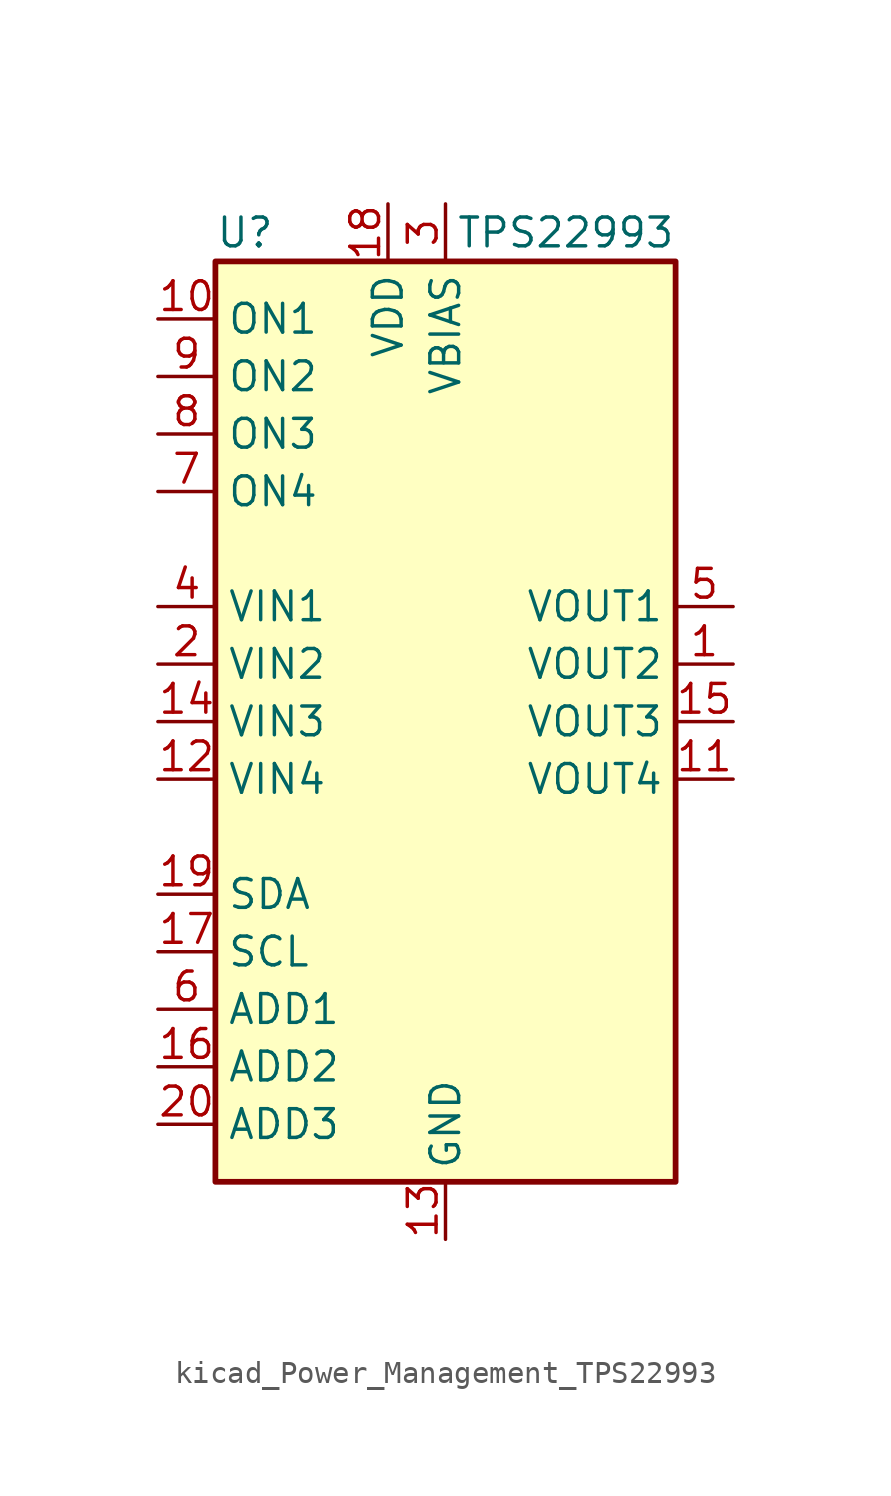
<source format=kicad_sym>
(kicad_symbol_lib
  (version 20220914)
  (generator kicad_symbol_editor)
  (symbol "kicad_Power_Management_TPS22993"
    (property "Reference" "U"
      (at -10.16 21.59 0)
      (effects (font (size 1.27 1.27)) (justify left)))
    (property "Value" "TPS22993"
      (at 10.16 21.59 0)
      (effects (font (size 1.27 1.27)) (justify right)))
    (symbol "kicad_Power_Management_TPS22993_0_1"
      (rectangle (start -10.16 20.32) (end 10.16 -20.32) (stroke (width 0.254) (type default)) (fill (type background))))
    (symbol "kicad_Power_Management_TPS22993_1_1"
      (pin passive line (at 12.7 2.54 180) (length 2.54) (name "VOUT2" (effects (font (size 1.27 1.27)))) (number "1" (effects (font (size 1.27 1.27)))))
      (pin input line (at -12.7 17.78 0) (length 2.54) (name "ON1" (effects (font (size 1.27 1.27)))) (number "10" (effects (font (size 1.27 1.27)))))
      (pin passive line (at 12.7 -2.54 180) (length 2.54) (name "VOUT4" (effects (font (size 1.27 1.27)))) (number "11" (effects (font (size 1.27 1.27)))))
      (pin passive line (at -12.7 -2.54 0) (length 2.54) (name "VIN4" (effects (font (size 1.27 1.27)))) (number "12" (effects (font (size 1.27 1.27)))))
      (pin power_in line (at 0 -22.86 90) (length 2.54) (name "GND" (effects (font (size 1.27 1.27)))) (number "13" (effects (font (size 1.27 1.27)))))
      (pin passive line (at -12.7 0 0) (length 2.54) (name "VIN3" (effects (font (size 1.27 1.27)))) (number "14" (effects (font (size 1.27 1.27)))))
      (pin passive line (at 12.7 0 180) (length 2.54) (name "VOUT3" (effects (font (size 1.27 1.27)))) (number "15" (effects (font (size 1.27 1.27)))))
      (pin input line (at -12.7 -15.24 0) (length 2.54) (name "ADD2" (effects (font (size 1.27 1.27)))) (number "16" (effects (font (size 1.27 1.27)))))
      (pin input line (at -12.7 -10.16 0) (length 2.54) (name "SCL" (effects (font (size 1.27 1.27)))) (number "17" (effects (font (size 1.27 1.27)))))
      (pin power_in line (at -2.54 22.86 270) (length 2.54) (name "VDD" (effects (font (size 1.27 1.27)))) (number "18" (effects (font (size 1.27 1.27)))))
      (pin bidirectional line (at -12.7 -7.62 0) (length 2.54) (name "SDA" (effects (font (size 1.27 1.27)))) (number "19" (effects (font (size 1.27 1.27)))))
      (pin passive line (at -12.7 2.54 0) (length 2.54) (name "VIN2" (effects (font (size 1.27 1.27)))) (number "2" (effects (font (size 1.27 1.27)))))
      (pin input line (at -12.7 -17.78 0) (length 2.54) (name "ADD3" (effects (font (size 1.27 1.27)))) (number "20" (effects (font (size 1.27 1.27)))))
      (pin power_in line (at 0 22.86 270) (length 2.54) (name "VBIAS" (effects (font (size 1.27 1.27)))) (number "3" (effects (font (size 1.27 1.27)))))
      (pin passive line (at -12.7 5.08 0) (length 2.54) (name "VIN1" (effects (font (size 1.27 1.27)))) (number "4" (effects (font (size 1.27 1.27)))))
      (pin passive line (at 12.7 5.08 180) (length 2.54) (name "VOUT1" (effects (font (size 1.27 1.27)))) (number "5" (effects (font (size 1.27 1.27)))))
      (pin input line (at -12.7 -12.7 0) (length 2.54) (name "ADD1" (effects (font (size 1.27 1.27)))) (number "6" (effects (font (size 1.27 1.27)))))
      (pin input line (at -12.7 10.16 0) (length 2.54) (name "ON4" (effects (font (size 1.27 1.27)))) (number "7" (effects (font (size 1.27 1.27)))))
      (pin input line (at -12.7 12.7 0) (length 2.54) (name "ON3" (effects (font (size 1.27 1.27)))) (number "8" (effects (font (size 1.27 1.27)))))
      (pin input line (at -12.7 15.24 0) (length 2.54) (name "ON2" (effects (font (size 1.27 1.27)))) (number "9" (effects (font (size 1.27 1.27))))))))
</source>
